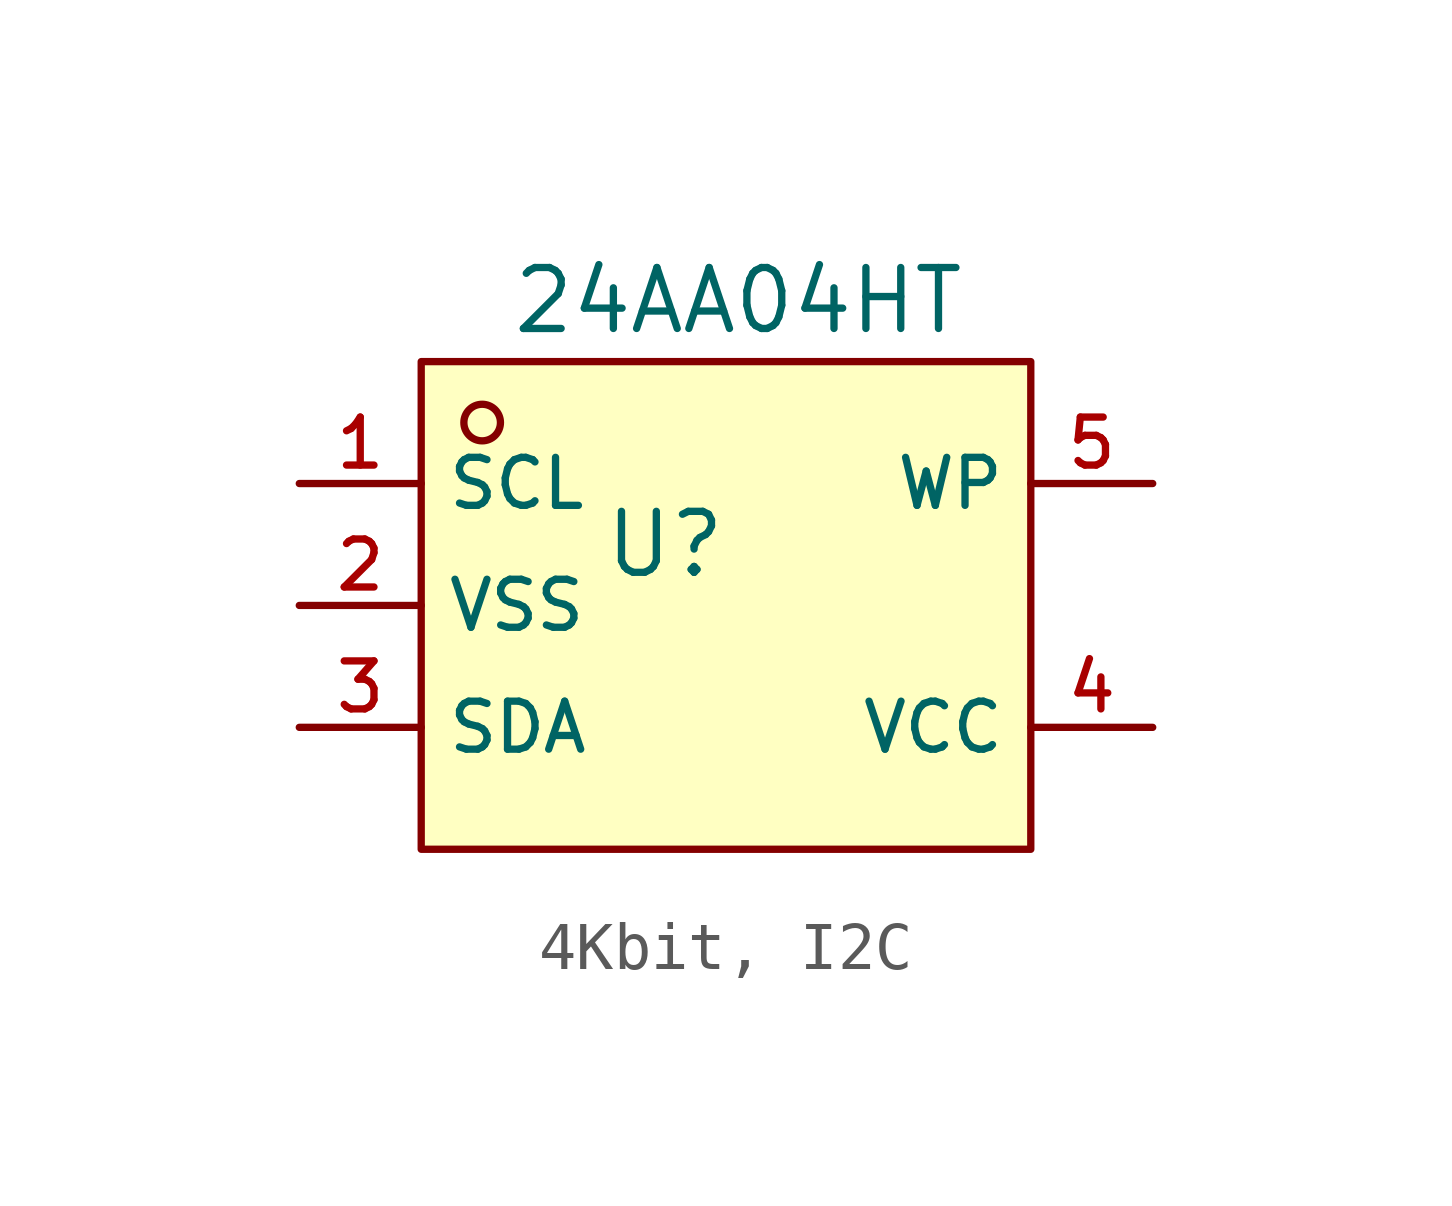
<source format=kicad_sym>
(kicad_symbol_lib
  (version 20231120)
  (generator "CDFER_Archive_Tool")
  (generator_version "0.0")
  (symbol "4Kbit, I2C"
    (property "Reference" "U"
      (at 0 1.27 0)
      (effects (font (size 1.27 1.27))))
    (property "Value" "24AA04HT"
      (at 1.524 6.35 0)
      (effects (font (size 1.27 1.27))))
    (symbol "4Kbit, I2C_0_1"
      (rectangle (start -5.08 5.08) (end 7.62 -5.08) (stroke (width 0) (type default)) (fill (type background)))
      (circle (center -3.81 3.81) (radius 0.381) (stroke (width 0) (type default)) (fill (type background)))
      (pin unspecified line (at -7.62 2.54 0) (length 2.54) (name "SCL" (effects (font (size 1 1)))) (number "1" (effects (font (size 1 1)))))
      (pin unspecified line (at -7.62 0 0) (length 2.54) (name "VSS" (effects (font (size 1 1)))) (number "2" (effects (font (size 1 1)))))
      (pin unspecified line (at -7.62 -2.54 0) (length 2.54) (name "SDA" (effects (font (size 1 1)))) (number "3" (effects (font (size 1 1)))))
      (pin unspecified line (at 10.16 -2.54 180) (length 2.54) (name "VCC" (effects (font (size 1 1)))) (number "4" (effects (font (size 1 1)))))
      (pin unspecified line (at 10.16 2.54 180) (length 2.54) (name "WP" (effects (font (size 1 1)))) (number "5" (effects (font (size 1 1))))))))
</source>
